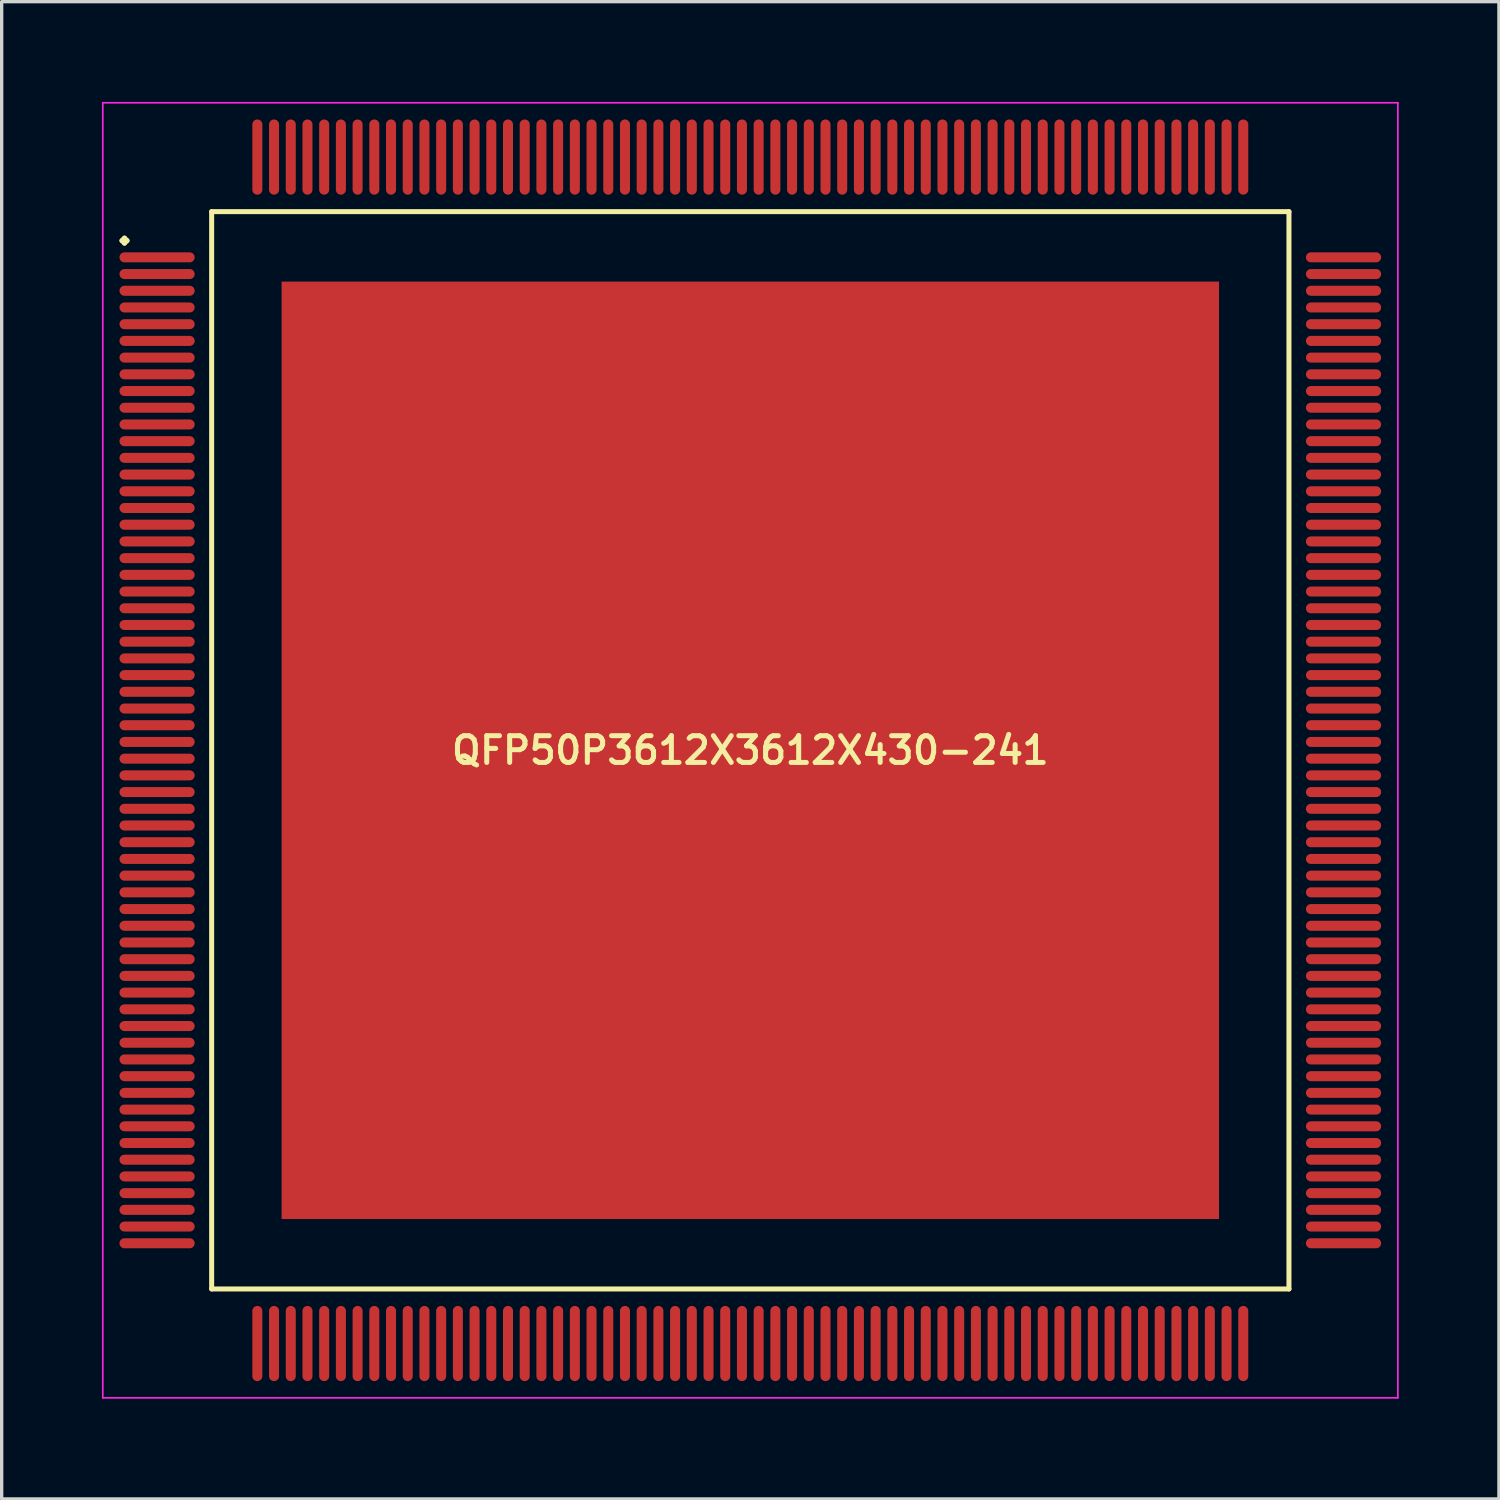
<source format=kicad_pcb>
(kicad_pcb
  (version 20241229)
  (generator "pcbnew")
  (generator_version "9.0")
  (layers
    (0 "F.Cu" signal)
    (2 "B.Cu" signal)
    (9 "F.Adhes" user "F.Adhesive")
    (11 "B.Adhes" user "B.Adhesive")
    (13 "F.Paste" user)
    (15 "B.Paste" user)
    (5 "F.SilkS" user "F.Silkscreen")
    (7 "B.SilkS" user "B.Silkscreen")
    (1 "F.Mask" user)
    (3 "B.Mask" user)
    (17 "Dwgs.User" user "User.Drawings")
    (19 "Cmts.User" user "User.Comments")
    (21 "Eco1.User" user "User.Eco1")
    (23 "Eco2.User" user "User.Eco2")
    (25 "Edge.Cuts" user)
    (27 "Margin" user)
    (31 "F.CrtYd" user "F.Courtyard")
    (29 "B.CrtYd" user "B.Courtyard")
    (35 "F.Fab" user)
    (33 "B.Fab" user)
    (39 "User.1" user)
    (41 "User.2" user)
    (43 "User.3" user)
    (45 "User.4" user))
  (footprint "QFP50P3612X3612X430-241"
    (layer "F.Cu")
    (at 19.4 19.4)
    (property "Reference" "QFP50P3612X3612X430-241" (at 0 0 0) (layer "F.SilkS") (effects (font (size 0.8 0.8) (thickness 0.15))))
    (attr smd)
    (fp_line (start -18.8 -15.25) (end -18.725 -15.325) (stroke (width 0.15) (type solid)) (layer "F.SilkS"))
    (fp_line (start -18.725 -15.325) (end -18.65 -15.25) (stroke (width 0.15) (type solid)) (layer "F.SilkS"))
    (fp_line (start -18.725 -15.175) (end -18.8 -15.25) (stroke (width 0.15) (type solid)) (layer "F.SilkS"))
    (fp_line (start -18.65 -15.25) (end -18.725 -15.175) (stroke (width 0.15) (type solid)) (layer "F.SilkS"))
    (fp_line (start -16.117 -16.117) (end -16.117 16.117) (stroke (width 0.15) (type solid)) (layer "F.SilkS"))
    (fp_line (start -16.117 16.117) (end 16.117 16.117) (stroke (width 0.15) (type solid)) (layer "F.SilkS"))
    (fp_line (start 16.117 -16.117) (end -16.117 -16.117) (stroke (width 0.15) (type solid)) (layer "F.SilkS"))
    (fp_line (start 16.117 16.117) (end 16.117 -16.117) (stroke (width 0.15) (type solid)) (layer "F.SilkS"))
    (fp_line (start -19.375 -19.375) (end 19.375 -19.375) (stroke (width 0.05) (type solid)) (layer "F.CrtYd"))
    (fp_line (start -19.375 19.375) (end -19.375 -19.375) (stroke (width 0.05) (type solid)) (layer "F.CrtYd"))
    (fp_line (start 19.375 -19.375) (end 19.375 19.375) (stroke (width 0.05) (type solid)) (layer "F.CrtYd"))
    (fp_line (start 19.375 19.375) (end -19.375 19.375) (stroke (width 0.05) (type solid)) (layer "F.CrtYd"))
    (pad "1" smd oval (at -17.75 -14.75) (size 2.25 0.3) (layers "F.Cu" "F.Mask" "F.Paste"))
    (pad "2" smd oval (at -17.75 -14.25) (size 2.25 0.3) (layers "F.Cu" "F.Mask" "F.Paste"))
    (pad "3" smd oval (at -17.75 -13.75) (size 2.25 0.3) (layers "F.Cu" "F.Mask" "F.Paste"))
    (pad "4" smd oval (at -17.75 -13.25) (size 2.25 0.3) (layers "F.Cu" "F.Mask" "F.Paste"))
    (pad "5" smd oval (at -17.75 -12.75) (size 2.25 0.3) (layers "F.Cu" "F.Mask" "F.Paste"))
    (pad "6" smd oval (at -17.75 -12.25) (size 2.25 0.3) (layers "F.Cu" "F.Mask" "F.Paste"))
    (pad "7" smd oval (at -17.75 -11.75) (size 2.25 0.3) (layers "F.Cu" "F.Mask" "F.Paste"))
    (pad "8" smd oval (at -17.75 -11.25) (size 2.25 0.3) (layers "F.Cu" "F.Mask" "F.Paste"))
    (pad "9" smd oval (at -17.75 -10.75) (size 2.25 0.3) (layers "F.Cu" "F.Mask" "F.Paste"))
    (pad "10" smd oval (at -17.75 -10.25) (size 2.25 0.3) (layers "F.Cu" "F.Mask" "F.Paste"))
    (pad "11" smd oval (at -17.75 -9.75) (size 2.25 0.3) (layers "F.Cu" "F.Mask" "F.Paste"))
    (pad "12" smd oval (at -17.75 -9.25) (size 2.25 0.3) (layers "F.Cu" "F.Mask" "F.Paste"))
    (pad "13" smd oval (at -17.75 -8.75) (size 2.25 0.3) (layers "F.Cu" "F.Mask" "F.Paste"))
    (pad "14" smd oval (at -17.75 -8.25) (size 2.25 0.3) (layers "F.Cu" "F.Mask" "F.Paste"))
    (pad "15" smd oval (at -17.75 -7.75) (size 2.25 0.3) (layers "F.Cu" "F.Mask" "F.Paste"))
    (pad "16" smd oval (at -17.75 -7.25) (size 2.25 0.3) (layers "F.Cu" "F.Mask" "F.Paste"))
    (pad "17" smd oval (at -17.75 -6.75) (size 2.25 0.3) (layers "F.Cu" "F.Mask" "F.Paste"))
    (pad "18" smd oval (at -17.75 -6.25) (size 2.25 0.3) (layers "F.Cu" "F.Mask" "F.Paste"))
    (pad "19" smd oval (at -17.75 -5.75) (size 2.25 0.3) (layers "F.Cu" "F.Mask" "F.Paste"))
    (pad "20" smd oval (at -17.75 -5.25) (size 2.25 0.3) (layers "F.Cu" "F.Mask" "F.Paste"))
    (pad "21" smd oval (at -17.75 -4.75) (size 2.25 0.3) (layers "F.Cu" "F.Mask" "F.Paste"))
    (pad "22" smd oval (at -17.75 -4.25) (size 2.25 0.3) (layers "F.Cu" "F.Mask" "F.Paste"))
    (pad "23" smd oval (at -17.75 -3.75) (size 2.25 0.3) (layers "F.Cu" "F.Mask" "F.Paste"))
    (pad "24" smd oval (at -17.75 -3.25) (size 2.25 0.3) (layers "F.Cu" "F.Mask" "F.Paste"))
    (pad "25" smd oval (at -17.75 -2.75) (size 2.25 0.3) (layers "F.Cu" "F.Mask" "F.Paste"))
    (pad "26" smd oval (at -17.75 -2.25) (size 2.25 0.3) (layers "F.Cu" "F.Mask" "F.Paste"))
    (pad "27" smd oval (at -17.75 -1.75) (size 2.25 0.3) (layers "F.Cu" "F.Mask" "F.Paste"))
    (pad "28" smd oval (at -17.75 -1.25) (size 2.25 0.3) (layers "F.Cu" "F.Mask" "F.Paste"))
    (pad "29" smd oval (at -17.75 -0.75) (size 2.25 0.3) (layers "F.Cu" "F.Mask" "F.Paste"))
    (pad "30" smd oval (at -17.75 -0.25) (size 2.25 0.3) (layers "F.Cu" "F.Mask" "F.Paste"))
    (pad "31" smd oval (at -17.75 0.25) (size 2.25 0.3) (layers "F.Cu" "F.Mask" "F.Paste"))
    (pad "32" smd oval (at -17.75 0.75) (size 2.25 0.3) (layers "F.Cu" "F.Mask" "F.Paste"))
    (pad "33" smd oval (at -17.75 1.25) (size 2.25 0.3) (layers "F.Cu" "F.Mask" "F.Paste"))
    (pad "34" smd oval (at -17.75 1.75) (size 2.25 0.3) (layers "F.Cu" "F.Mask" "F.Paste"))
    (pad "35" smd oval (at -17.75 2.25) (size 2.25 0.3) (layers "F.Cu" "F.Mask" "F.Paste"))
    (pad "36" smd oval (at -17.75 2.75) (size 2.25 0.3) (layers "F.Cu" "F.Mask" "F.Paste"))
    (pad "37" smd oval (at -17.75 3.25) (size 2.25 0.3) (layers "F.Cu" "F.Mask" "F.Paste"))
    (pad "38" smd oval (at -17.75 3.75) (size 2.25 0.3) (layers "F.Cu" "F.Mask" "F.Paste"))
    (pad "39" smd oval (at -17.75 4.25) (size 2.25 0.3) (layers "F.Cu" "F.Mask" "F.Paste"))
    (pad "40" smd oval (at -17.75 4.75) (size 2.25 0.3) (layers "F.Cu" "F.Mask" "F.Paste"))
    (pad "41" smd oval (at -17.75 5.25) (size 2.25 0.3) (layers "F.Cu" "F.Mask" "F.Paste"))
    (pad "42" smd oval (at -17.75 5.75) (size 2.25 0.3) (layers "F.Cu" "F.Mask" "F.Paste"))
    (pad "43" smd oval (at -17.75 6.25) (size 2.25 0.3) (layers "F.Cu" "F.Mask" "F.Paste"))
    (pad "44" smd oval (at -17.75 6.75) (size 2.25 0.3) (layers "F.Cu" "F.Mask" "F.Paste"))
    (pad "45" smd oval (at -17.75 7.25) (size 2.25 0.3) (layers "F.Cu" "F.Mask" "F.Paste"))
    (pad "46" smd oval (at -17.75 7.75) (size 2.25 0.3) (layers "F.Cu" "F.Mask" "F.Paste"))
    (pad "47" smd oval (at -17.75 8.25) (size 2.25 0.3) (layers "F.Cu" "F.Mask" "F.Paste"))
    (pad "48" smd oval (at -17.75 8.75) (size 2.25 0.3) (layers "F.Cu" "F.Mask" "F.Paste"))
    (pad "49" smd oval (at -17.75 9.25) (size 2.25 0.3) (layers "F.Cu" "F.Mask" "F.Paste"))
    (pad "50" smd oval (at -17.75 9.75) (size 2.25 0.3) (layers "F.Cu" "F.Mask" "F.Paste"))
    (pad "51" smd oval (at -17.75 10.25) (size 2.25 0.3) (layers "F.Cu" "F.Mask" "F.Paste"))
    (pad "52" smd oval (at -17.75 10.75) (size 2.25 0.3) (layers "F.Cu" "F.Mask" "F.Paste"))
    (pad "53" smd oval (at -17.75 11.25) (size 2.25 0.3) (layers "F.Cu" "F.Mask" "F.Paste"))
    (pad "54" smd oval (at -17.75 11.75) (size 2.25 0.3) (layers "F.Cu" "F.Mask" "F.Paste"))
    (pad "55" smd oval (at -17.75 12.25) (size 2.25 0.3) (layers "F.Cu" "F.Mask" "F.Paste"))
    (pad "56" smd oval (at -17.75 12.75) (size 2.25 0.3) (layers "F.Cu" "F.Mask" "F.Paste"))
    (pad "57" smd oval (at -17.75 13.25) (size 2.25 0.3) (layers "F.Cu" "F.Mask" "F.Paste"))
    (pad "58" smd oval (at -17.75 13.75) (size 2.25 0.3) (layers "F.Cu" "F.Mask" "F.Paste"))
    (pad "59" smd oval (at -17.75 14.25) (size 2.25 0.3) (layers "F.Cu" "F.Mask" "F.Paste"))
    (pad "60" smd oval (at -17.75 14.75) (size 2.25 0.3) (layers "F.Cu" "F.Mask" "F.Paste"))
    (pad "61" smd oval (at -14.75 17.75) (size 0.3 2.25) (layers "F.Cu" "F.Mask" "F.Paste"))
    (pad "62" smd oval (at -14.25 17.75) (size 0.3 2.25) (layers "F.Cu" "F.Mask" "F.Paste"))
    (pad "63" smd oval (at -13.75 17.75) (size 0.3 2.25) (layers "F.Cu" "F.Mask" "F.Paste"))
    (pad "64" smd oval (at -13.25 17.75) (size 0.3 2.25) (layers "F.Cu" "F.Mask" "F.Paste"))
    (pad "65" smd oval (at -12.75 17.75) (size 0.3 2.25) (layers "F.Cu" "F.Mask" "F.Paste"))
    (pad "66" smd oval (at -12.25 17.75) (size 0.3 2.25) (layers "F.Cu" "F.Mask" "F.Paste"))
    (pad "67" smd oval (at -11.75 17.75) (size 0.3 2.25) (layers "F.Cu" "F.Mask" "F.Paste"))
    (pad "68" smd oval (at -11.25 17.75) (size 0.3 2.25) (layers "F.Cu" "F.Mask" "F.Paste"))
    (pad "69" smd oval (at -10.75 17.75) (size 0.3 2.25) (layers "F.Cu" "F.Mask" "F.Paste"))
    (pad "70" smd oval (at -10.25 17.75) (size 0.3 2.25) (layers "F.Cu" "F.Mask" "F.Paste"))
    (pad "71" smd oval (at -9.75 17.75) (size 0.3 2.25) (layers "F.Cu" "F.Mask" "F.Paste"))
    (pad "72" smd oval (at -9.25 17.75) (size 0.3 2.25) (layers "F.Cu" "F.Mask" "F.Paste"))
    (pad "73" smd oval (at -8.75 17.75) (size 0.3 2.25) (layers "F.Cu" "F.Mask" "F.Paste"))
    (pad "74" smd oval (at -8.25 17.75) (size 0.3 2.25) (layers "F.Cu" "F.Mask" "F.Paste"))
    (pad "75" smd oval (at -7.75 17.75) (size 0.3 2.25) (layers "F.Cu" "F.Mask" "F.Paste"))
    (pad "76" smd oval (at -7.25 17.75) (size 0.3 2.25) (layers "F.Cu" "F.Mask" "F.Paste"))
    (pad "77" smd oval (at -6.75 17.75) (size 0.3 2.25) (layers "F.Cu" "F.Mask" "F.Paste"))
    (pad "78" smd oval (at -6.25 17.75) (size 0.3 2.25) (layers "F.Cu" "F.Mask" "F.Paste"))
    (pad "79" smd oval (at -5.75 17.75) (size 0.3 2.25) (layers "F.Cu" "F.Mask" "F.Paste"))
    (pad "80" smd oval (at -5.25 17.75) (size 0.3 2.25) (layers "F.Cu" "F.Mask" "F.Paste"))
    (pad "81" smd oval (at -4.75 17.75) (size 0.3 2.25) (layers "F.Cu" "F.Mask" "F.Paste"))
    (pad "82" smd oval (at -4.25 17.75) (size 0.3 2.25) (layers "F.Cu" "F.Mask" "F.Paste"))
    (pad "83" smd oval (at -3.75 17.75) (size 0.3 2.25) (layers "F.Cu" "F.Mask" "F.Paste"))
    (pad "84" smd oval (at -3.25 17.75) (size 0.3 2.25) (layers "F.Cu" "F.Mask" "F.Paste"))
    (pad "85" smd oval (at -2.75 17.75) (size 0.3 2.25) (layers "F.Cu" "F.Mask" "F.Paste"))
    (pad "86" smd oval (at -2.25 17.75) (size 0.3 2.25) (layers "F.Cu" "F.Mask" "F.Paste"))
    (pad "87" smd oval (at -1.75 17.75) (size 0.3 2.25) (layers "F.Cu" "F.Mask" "F.Paste"))
    (pad "88" smd oval (at -1.25 17.75) (size 0.3 2.25) (layers "F.Cu" "F.Mask" "F.Paste"))
    (pad "89" smd oval (at -0.75 17.75) (size 0.3 2.25) (layers "F.Cu" "F.Mask" "F.Paste"))
    (pad "90" smd oval (at -0.25 17.75) (size 0.3 2.25) (layers "F.Cu" "F.Mask" "F.Paste"))
    (pad "91" smd oval (at 0.25 17.75) (size 0.3 2.25) (layers "F.Cu" "F.Mask" "F.Paste"))
    (pad "92" smd oval (at 0.75 17.75) (size 0.3 2.25) (layers "F.Cu" "F.Mask" "F.Paste"))
    (pad "93" smd oval (at 1.25 17.75) (size 0.3 2.25) (layers "F.Cu" "F.Mask" "F.Paste"))
    (pad "94" smd oval (at 1.75 17.75) (size 0.3 2.25) (layers "F.Cu" "F.Mask" "F.Paste"))
    (pad "95" smd oval (at 2.25 17.75) (size 0.3 2.25) (layers "F.Cu" "F.Mask" "F.Paste"))
    (pad "96" smd oval (at 2.75 17.75) (size 0.3 2.25) (layers "F.Cu" "F.Mask" "F.Paste"))
    (pad "97" smd oval (at 3.25 17.75) (size 0.3 2.25) (layers "F.Cu" "F.Mask" "F.Paste"))
    (pad "98" smd oval (at 3.75 17.75) (size 0.3 2.25) (layers "F.Cu" "F.Mask" "F.Paste"))
    (pad "99" smd oval (at 4.25 17.75) (size 0.3 2.25) (layers "F.Cu" "F.Mask" "F.Paste"))
    (pad "100" smd oval (at 4.75 17.75) (size 0.3 2.25) (layers "F.Cu" "F.Mask" "F.Paste"))
    (pad "101" smd oval (at 5.25 17.75) (size 0.3 2.25) (layers "F.Cu" "F.Mask" "F.Paste"))
    (pad "102" smd oval (at 5.75 17.75) (size 0.3 2.25) (layers "F.Cu" "F.Mask" "F.Paste"))
    (pad "103" smd oval (at 6.25 17.75) (size 0.3 2.25) (layers "F.Cu" "F.Mask" "F.Paste"))
    (pad "104" smd oval (at 6.75 17.75) (size 0.3 2.25) (layers "F.Cu" "F.Mask" "F.Paste"))
    (pad "105" smd oval (at 7.25 17.75) (size 0.3 2.25) (layers "F.Cu" "F.Mask" "F.Paste"))
    (pad "106" smd oval (at 7.75 17.75) (size 0.3 2.25) (layers "F.Cu" "F.Mask" "F.Paste"))
    (pad "107" smd oval (at 8.25 17.75) (size 0.3 2.25) (layers "F.Cu" "F.Mask" "F.Paste"))
    (pad "108" smd oval (at 8.75 17.75) (size 0.3 2.25) (layers "F.Cu" "F.Mask" "F.Paste"))
    (pad "109" smd oval (at 9.25 17.75) (size 0.3 2.25) (layers "F.Cu" "F.Mask" "F.Paste"))
    (pad "110" smd oval (at 9.75 17.75) (size 0.3 2.25) (layers "F.Cu" "F.Mask" "F.Paste"))
    (pad "111" smd oval (at 10.25 17.75) (size 0.3 2.25) (layers "F.Cu" "F.Mask" "F.Paste"))
    (pad "112" smd oval (at 10.75 17.75) (size 0.3 2.25) (layers "F.Cu" "F.Mask" "F.Paste"))
    (pad "113" smd oval (at 11.25 17.75) (size 0.3 2.25) (layers "F.Cu" "F.Mask" "F.Paste"))
    (pad "114" smd oval (at 11.75 17.75) (size 0.3 2.25) (layers "F.Cu" "F.Mask" "F.Paste"))
    (pad "115" smd oval (at 12.25 17.75) (size 0.3 2.25) (layers "F.Cu" "F.Mask" "F.Paste"))
    (pad "116" smd oval (at 12.75 17.75) (size 0.3 2.25) (layers "F.Cu" "F.Mask" "F.Paste"))
    (pad "117" smd oval (at 13.25 17.75) (size 0.3 2.25) (layers "F.Cu" "F.Mask" "F.Paste"))
    (pad "118" smd oval (at 13.75 17.75) (size 0.3 2.25) (layers "F.Cu" "F.Mask" "F.Paste"))
    (pad "119" smd oval (at 14.25 17.75) (size 0.3 2.25) (layers "F.Cu" "F.Mask" "F.Paste"))
    (pad "120" smd oval (at 14.75 17.75) (size 0.3 2.25) (layers "F.Cu" "F.Mask" "F.Paste"))
    (pad "121" smd oval (at 17.75 14.75) (size 2.25 0.3) (layers "F.Cu" "F.Mask" "F.Paste"))
    (pad "122" smd oval (at 17.75 14.25) (size 2.25 0.3) (layers "F.Cu" "F.Mask" "F.Paste"))
    (pad "123" smd oval (at 17.75 13.75) (size 2.25 0.3) (layers "F.Cu" "F.Mask" "F.Paste"))
    (pad "124" smd oval (at 17.75 13.25) (size 2.25 0.3) (layers "F.Cu" "F.Mask" "F.Paste"))
    (pad "125" smd oval (at 17.75 12.75) (size 2.25 0.3) (layers "F.Cu" "F.Mask" "F.Paste"))
    (pad "126" smd oval (at 17.75 12.25) (size 2.25 0.3) (layers "F.Cu" "F.Mask" "F.Paste"))
    (pad "127" smd oval (at 17.75 11.75) (size 2.25 0.3) (layers "F.Cu" "F.Mask" "F.Paste"))
    (pad "128" smd oval (at 17.75 11.25) (size 2.25 0.3) (layers "F.Cu" "F.Mask" "F.Paste"))
    (pad "129" smd oval (at 17.75 10.75) (size 2.25 0.3) (layers "F.Cu" "F.Mask" "F.Paste"))
    (pad "130" smd oval (at 17.75 10.25) (size 2.25 0.3) (layers "F.Cu" "F.Mask" "F.Paste"))
    (pad "131" smd oval (at 17.75 9.75) (size 2.25 0.3) (layers "F.Cu" "F.Mask" "F.Paste"))
    (pad "132" smd oval (at 17.75 9.25) (size 2.25 0.3) (layers "F.Cu" "F.Mask" "F.Paste"))
    (pad "133" smd oval (at 17.75 8.75) (size 2.25 0.3) (layers "F.Cu" "F.Mask" "F.Paste"))
    (pad "134" smd oval (at 17.75 8.25) (size 2.25 0.3) (layers "F.Cu" "F.Mask" "F.Paste"))
    (pad "135" smd oval (at 17.75 7.75) (size 2.25 0.3) (layers "F.Cu" "F.Mask" "F.Paste"))
    (pad "136" smd oval (at 17.75 7.25) (size 2.25 0.3) (layers "F.Cu" "F.Mask" "F.Paste"))
    (pad "137" smd oval (at 17.75 6.75) (size 2.25 0.3) (layers "F.Cu" "F.Mask" "F.Paste"))
    (pad "138" smd oval (at 17.75 6.25) (size 2.25 0.3) (layers "F.Cu" "F.Mask" "F.Paste"))
    (pad "139" smd oval (at 17.75 5.75) (size 2.25 0.3) (layers "F.Cu" "F.Mask" "F.Paste"))
    (pad "140" smd oval (at 17.75 5.25) (size 2.25 0.3) (layers "F.Cu" "F.Mask" "F.Paste"))
    (pad "141" smd oval (at 17.75 4.75) (size 2.25 0.3) (layers "F.Cu" "F.Mask" "F.Paste"))
    (pad "142" smd oval (at 17.75 4.25) (size 2.25 0.3) (layers "F.Cu" "F.Mask" "F.Paste"))
    (pad "143" smd oval (at 17.75 3.75) (size 2.25 0.3) (layers "F.Cu" "F.Mask" "F.Paste"))
    (pad "144" smd oval (at 17.75 3.25) (size 2.25 0.3) (layers "F.Cu" "F.Mask" "F.Paste"))
    (pad "145" smd oval (at 17.75 2.75) (size 2.25 0.3) (layers "F.Cu" "F.Mask" "F.Paste"))
    (pad "146" smd oval (at 17.75 2.25) (size 2.25 0.3) (layers "F.Cu" "F.Mask" "F.Paste"))
    (pad "147" smd oval (at 17.75 1.75) (size 2.25 0.3) (layers "F.Cu" "F.Mask" "F.Paste"))
    (pad "148" smd oval (at 17.75 1.25) (size 2.25 0.3) (layers "F.Cu" "F.Mask" "F.Paste"))
    (pad "149" smd oval (at 17.75 0.75) (size 2.25 0.3) (layers "F.Cu" "F.Mask" "F.Paste"))
    (pad "150" smd oval (at 17.75 0.25) (size 2.25 0.3) (layers "F.Cu" "F.Mask" "F.Paste"))
    (pad "151" smd oval (at 17.75 -0.25) (size 2.25 0.3) (layers "F.Cu" "F.Mask" "F.Paste"))
    (pad "152" smd oval (at 17.75 -0.75) (size 2.25 0.3) (layers "F.Cu" "F.Mask" "F.Paste"))
    (pad "153" smd oval (at 17.75 -1.25) (size 2.25 0.3) (layers "F.Cu" "F.Mask" "F.Paste"))
    (pad "154" smd oval (at 17.75 -1.75) (size 2.25 0.3) (layers "F.Cu" "F.Mask" "F.Paste"))
    (pad "155" smd oval (at 17.75 -2.25) (size 2.25 0.3) (layers "F.Cu" "F.Mask" "F.Paste"))
    (pad "156" smd oval (at 17.75 -2.75) (size 2.25 0.3) (layers "F.Cu" "F.Mask" "F.Paste"))
    (pad "157" smd oval (at 17.75 -3.25) (size 2.25 0.3) (layers "F.Cu" "F.Mask" "F.Paste"))
    (pad "158" smd oval (at 17.75 -3.75) (size 2.25 0.3) (layers "F.Cu" "F.Mask" "F.Paste"))
    (pad "159" smd oval (at 17.75 -4.25) (size 2.25 0.3) (layers "F.Cu" "F.Mask" "F.Paste"))
    (pad "160" smd oval (at 17.75 -4.75) (size 2.25 0.3) (layers "F.Cu" "F.Mask" "F.Paste"))
    (pad "161" smd oval (at 17.75 -5.25) (size 2.25 0.3) (layers "F.Cu" "F.Mask" "F.Paste"))
    (pad "162" smd oval (at 17.75 -5.75) (size 2.25 0.3) (layers "F.Cu" "F.Mask" "F.Paste"))
    (pad "163" smd oval (at 17.75 -6.25) (size 2.25 0.3) (layers "F.Cu" "F.Mask" "F.Paste"))
    (pad "164" smd oval (at 17.75 -6.75) (size 2.25 0.3) (layers "F.Cu" "F.Mask" "F.Paste"))
    (pad "165" smd oval (at 17.75 -7.25) (size 2.25 0.3) (layers "F.Cu" "F.Mask" "F.Paste"))
    (pad "166" smd oval (at 17.75 -7.75) (size 2.25 0.3) (layers "F.Cu" "F.Mask" "F.Paste"))
    (pad "167" smd oval (at 17.75 -8.25) (size 2.25 0.3) (layers "F.Cu" "F.Mask" "F.Paste"))
    (pad "168" smd oval (at 17.75 -8.75) (size 2.25 0.3) (layers "F.Cu" "F.Mask" "F.Paste"))
    (pad "169" smd oval (at 17.75 -9.25) (size 2.25 0.3) (layers "F.Cu" "F.Mask" "F.Paste"))
    (pad "170" smd oval (at 17.75 -9.75) (size 2.25 0.3) (layers "F.Cu" "F.Mask" "F.Paste"))
    (pad "171" smd oval (at 17.75 -10.25) (size 2.25 0.3) (layers "F.Cu" "F.Mask" "F.Paste"))
    (pad "172" smd oval (at 17.75 -10.75) (size 2.25 0.3) (layers "F.Cu" "F.Mask" "F.Paste"))
    (pad "173" smd oval (at 17.75 -11.25) (size 2.25 0.3) (layers "F.Cu" "F.Mask" "F.Paste"))
    (pad "174" smd oval (at 17.75 -11.75) (size 2.25 0.3) (layers "F.Cu" "F.Mask" "F.Paste"))
    (pad "175" smd oval (at 17.75 -12.25) (size 2.25 0.3) (layers "F.Cu" "F.Mask" "F.Paste"))
    (pad "176" smd oval (at 17.75 -12.75) (size 2.25 0.3) (layers "F.Cu" "F.Mask" "F.Paste"))
    (pad "177" smd oval (at 17.75 -13.25) (size 2.25 0.3) (layers "F.Cu" "F.Mask" "F.Paste"))
    (pad "178" smd oval (at 17.75 -13.75) (size 2.25 0.3) (layers "F.Cu" "F.Mask" "F.Paste"))
    (pad "179" smd oval (at 17.75 -14.25) (size 2.25 0.3) (layers "F.Cu" "F.Mask" "F.Paste"))
    (pad "180" smd oval (at 17.75 -14.75) (size 2.25 0.3) (layers "F.Cu" "F.Mask" "F.Paste"))
    (pad "181" smd oval (at 14.75 -17.75) (size 0.3 2.25) (layers "F.Cu" "F.Mask" "F.Paste"))
    (pad "182" smd oval (at 14.25 -17.75) (size 0.3 2.25) (layers "F.Cu" "F.Mask" "F.Paste"))
    (pad "183" smd oval (at 13.75 -17.75) (size 0.3 2.25) (layers "F.Cu" "F.Mask" "F.Paste"))
    (pad "184" smd oval (at 13.25 -17.75) (size 0.3 2.25) (layers "F.Cu" "F.Mask" "F.Paste"))
    (pad "185" smd oval (at 12.75 -17.75) (size 0.3 2.25) (layers "F.Cu" "F.Mask" "F.Paste"))
    (pad "186" smd oval (at 12.25 -17.75) (size 0.3 2.25) (layers "F.Cu" "F.Mask" "F.Paste"))
    (pad "187" smd oval (at 11.75 -17.75) (size 0.3 2.25) (layers "F.Cu" "F.Mask" "F.Paste"))
    (pad "188" smd oval (at 11.25 -17.75) (size 0.3 2.25) (layers "F.Cu" "F.Mask" "F.Paste"))
    (pad "189" smd oval (at 10.75 -17.75) (size 0.3 2.25) (layers "F.Cu" "F.Mask" "F.Paste"))
    (pad "190" smd oval (at 10.25 -17.75) (size 0.3 2.25) (layers "F.Cu" "F.Mask" "F.Paste"))
    (pad "191" smd oval (at 9.75 -17.75) (size 0.3 2.25) (layers "F.Cu" "F.Mask" "F.Paste"))
    (pad "192" smd oval (at 9.25 -17.75) (size 0.3 2.25) (layers "F.Cu" "F.Mask" "F.Paste"))
    (pad "193" smd oval (at 8.75 -17.75) (size 0.3 2.25) (layers "F.Cu" "F.Mask" "F.Paste"))
    (pad "194" smd oval (at 8.25 -17.75) (size 0.3 2.25) (layers "F.Cu" "F.Mask" "F.Paste"))
    (pad "195" smd oval (at 7.75 -17.75) (size 0.3 2.25) (layers "F.Cu" "F.Mask" "F.Paste"))
    (pad "196" smd oval (at 7.25 -17.75) (size 0.3 2.25) (layers "F.Cu" "F.Mask" "F.Paste"))
    (pad "197" smd oval (at 6.75 -17.75) (size 0.3 2.25) (layers "F.Cu" "F.Mask" "F.Paste"))
    (pad "198" smd oval (at 6.25 -17.75) (size 0.3 2.25) (layers "F.Cu" "F.Mask" "F.Paste"))
    (pad "199" smd oval (at 5.75 -17.75) (size 0.3 2.25) (layers "F.Cu" "F.Mask" "F.Paste"))
    (pad "200" smd oval (at 5.25 -17.75) (size 0.3 2.25) (layers "F.Cu" "F.Mask" "F.Paste"))
    (pad "201" smd oval (at 4.75 -17.75) (size 0.3 2.25) (layers "F.Cu" "F.Mask" "F.Paste"))
    (pad "202" smd oval (at 4.25 -17.75) (size 0.3 2.25) (layers "F.Cu" "F.Mask" "F.Paste"))
    (pad "203" smd oval (at 3.75 -17.75) (size 0.3 2.25) (layers "F.Cu" "F.Mask" "F.Paste"))
    (pad "204" smd oval (at 3.25 -17.75) (size 0.3 2.25) (layers "F.Cu" "F.Mask" "F.Paste"))
    (pad "205" smd oval (at 2.75 -17.75) (size 0.3 2.25) (layers "F.Cu" "F.Mask" "F.Paste"))
    (pad "206" smd oval (at 2.25 -17.75) (size 0.3 2.25) (layers "F.Cu" "F.Mask" "F.Paste"))
    (pad "207" smd oval (at 1.75 -17.75) (size 0.3 2.25) (layers "F.Cu" "F.Mask" "F.Paste"))
    (pad "208" smd oval (at 1.25 -17.75) (size 0.3 2.25) (layers "F.Cu" "F.Mask" "F.Paste"))
    (pad "209" smd oval (at 0.75 -17.75) (size 0.3 2.25) (layers "F.Cu" "F.Mask" "F.Paste"))
    (pad "210" smd oval (at 0.25 -17.75) (size 0.3 2.25) (layers "F.Cu" "F.Mask" "F.Paste"))
    (pad "211" smd oval (at -0.25 -17.75) (size 0.3 2.25) (layers "F.Cu" "F.Mask" "F.Paste"))
    (pad "212" smd oval (at -0.75 -17.75) (size 0.3 2.25) (layers "F.Cu" "F.Mask" "F.Paste"))
    (pad "213" smd oval (at -1.25 -17.75) (size 0.3 2.25) (layers "F.Cu" "F.Mask" "F.Paste"))
    (pad "214" smd oval (at -1.75 -17.75) (size 0.3 2.25) (layers "F.Cu" "F.Mask" "F.Paste"))
    (pad "215" smd oval (at -2.25 -17.75) (size 0.3 2.25) (layers "F.Cu" "F.Mask" "F.Paste"))
    (pad "216" smd oval (at -2.75 -17.75) (size 0.3 2.25) (layers "F.Cu" "F.Mask" "F.Paste"))
    (pad "217" smd oval (at -3.25 -17.75) (size 0.3 2.25) (layers "F.Cu" "F.Mask" "F.Paste"))
    (pad "218" smd oval (at -3.75 -17.75) (size 0.3 2.25) (layers "F.Cu" "F.Mask" "F.Paste"))
    (pad "219" smd oval (at -4.25 -17.75) (size 0.3 2.25) (layers "F.Cu" "F.Mask" "F.Paste"))
    (pad "220" smd oval (at -4.75 -17.75) (size 0.3 2.25) (layers "F.Cu" "F.Mask" "F.Paste"))
    (pad "221" smd oval (at -5.25 -17.75) (size 0.3 2.25) (layers "F.Cu" "F.Mask" "F.Paste"))
    (pad "222" smd oval (at -5.75 -17.75) (size 0.3 2.25) (layers "F.Cu" "F.Mask" "F.Paste"))
    (pad "223" smd oval (at -6.25 -17.75) (size 0.3 2.25) (layers "F.Cu" "F.Mask" "F.Paste"))
    (pad "224" smd oval (at -6.75 -17.75) (size 0.3 2.25) (layers "F.Cu" "F.Mask" "F.Paste"))
    (pad "225" smd oval (at -7.25 -17.75) (size 0.3 2.25) (layers "F.Cu" "F.Mask" "F.Paste"))
    (pad "226" smd oval (at -7.75 -17.75) (size 0.3 2.25) (layers "F.Cu" "F.Mask" "F.Paste"))
    (pad "227" smd oval (at -8.25 -17.75) (size 0.3 2.25) (layers "F.Cu" "F.Mask" "F.Paste"))
    (pad "228" smd oval (at -8.75 -17.75) (size 0.3 2.25) (layers "F.Cu" "F.Mask" "F.Paste"))
    (pad "229" smd oval (at -9.25 -17.75) (size 0.3 2.25) (layers "F.Cu" "F.Mask" "F.Paste"))
    (pad "230" smd oval (at -9.75 -17.75) (size 0.3 2.25) (layers "F.Cu" "F.Mask" "F.Paste"))
    (pad "231" smd oval (at -10.25 -17.75) (size 0.3 2.25) (layers "F.Cu" "F.Mask" "F.Paste"))
    (pad "232" smd oval (at -10.75 -17.75) (size 0.3 2.25) (layers "F.Cu" "F.Mask" "F.Paste"))
    (pad "233" smd oval (at -11.25 -17.75) (size 0.3 2.25) (layers "F.Cu" "F.Mask" "F.Paste"))
    (pad "234" smd oval (at -11.75 -17.75) (size 0.3 2.25) (layers "F.Cu" "F.Mask" "F.Paste"))
    (pad "235" smd oval (at -12.25 -17.75) (size 0.3 2.25) (layers "F.Cu" "F.Mask" "F.Paste"))
    (pad "236" smd oval (at -12.75 -17.75) (size 0.3 2.25) (layers "F.Cu" "F.Mask" "F.Paste"))
    (pad "237" smd oval (at -13.25 -17.75) (size 0.3 2.25) (layers "F.Cu" "F.Mask" "F.Paste"))
    (pad "238" smd oval (at -13.75 -17.75) (size 0.3 2.25) (layers "F.Cu" "F.Mask" "F.Paste"))
    (pad "239" smd oval (at -14.25 -17.75) (size 0.3 2.25) (layers "F.Cu" "F.Mask" "F.Paste"))
    (pad "240" smd oval (at -14.75 -17.75) (size 0.3 2.25) (layers "F.Cu" "F.Mask" "F.Paste"))
    (pad "241" smd rect (at 0 0) (size 28.05 28.05) (layers "F.Cu" "F.Mask" "F.Paste")))
  (gr_rect
    (start -3 -3)
    (end 41.8 41.8)
    (stroke (width 0.1) (type default))
    (fill no)
    (layer "Edge.Cuts")))
</source>
